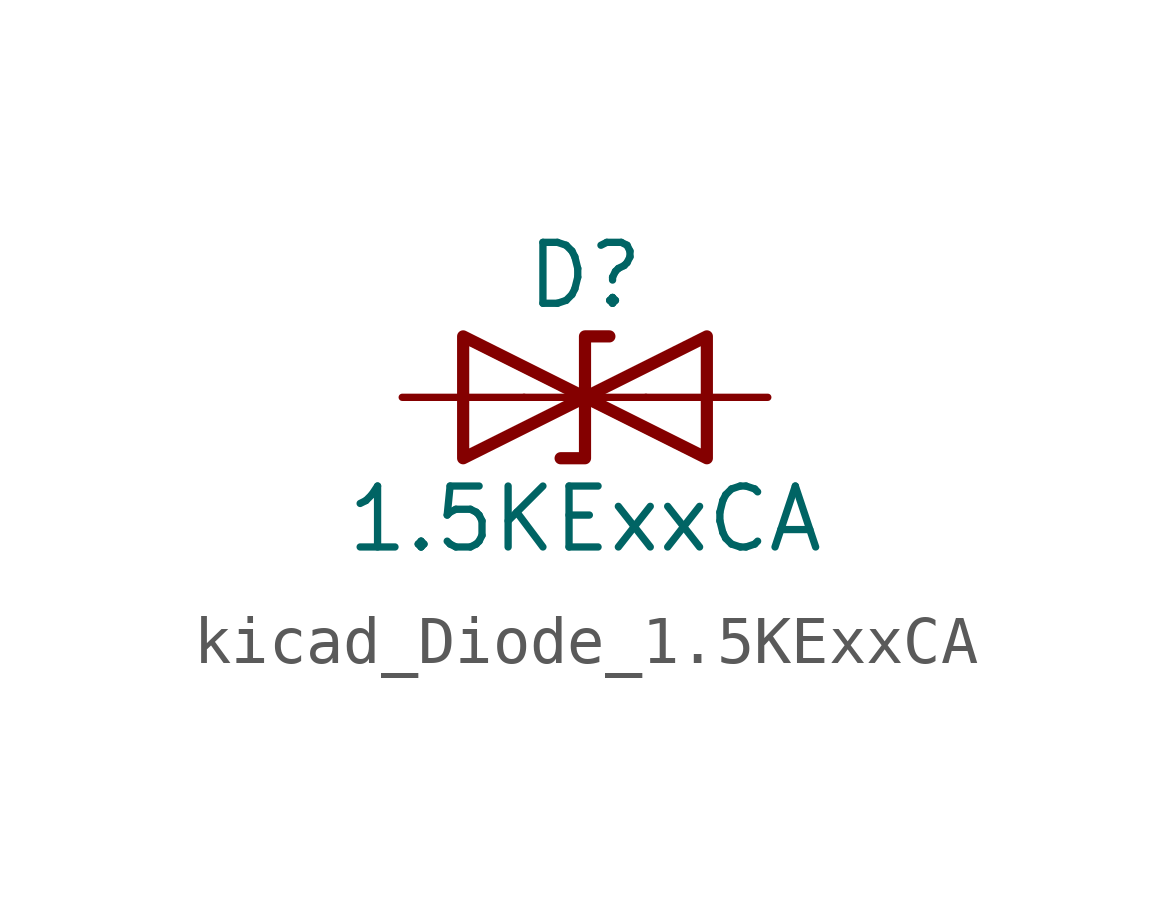
<source format=kicad_sym>
(kicad_symbol_lib
  (version 20220914)
  (generator kicad_symbol_editor)
  (symbol "kicad_Diode_1.5KExxCA"
    (pin_numbers hide)
    (pin_names
      (offset 1.016) hide)
    (property "Reference" "D"
      (at 0 2.54 0)
      (effects (font (size 1.27 1.27))))
    (property "Value" "1.5KExxCA"
      (at 0 -2.54 0)
      (effects (font (size 1.27 1.27))))
    (symbol "kicad_Diode_1.5KExxCA_0_1"
      (polyline (pts (xy 1.27 0) (xy -1.27 0)) (stroke (width 0) (type default)) (fill (type none)))
      (polyline (pts (xy -2.54 -1.27) (xy 0 0) (xy -2.54 1.27) (xy -2.54 -1.27)) (stroke (width 0.254) (type default)) (fill (type none)))
      (polyline (pts (xy 0.508 1.27) (xy 0 1.27) (xy 0 -1.27) (xy -0.508 -1.27)) (stroke (width 0.254) (type default)) (fill (type none)))
      (polyline (pts (xy 2.54 1.27) (xy 2.54 -1.27) (xy 0 0) (xy 2.54 1.27)) (stroke (width 0.254) (type default)) (fill (type none))))
    (symbol "kicad_Diode_1.5KExxCA_1_1"
      (pin passive line (at -3.81 0 0) (length 2.54) (name "A1" (effects (font (size 1.27 1.27)))) (number "1" (effects (font (size 1.27 1.27)))))
      (pin passive line (at 3.81 0 180) (length 2.54) (name "A2" (effects (font (size 1.27 1.27)))) (number "2" (effects (font (size 1.27 1.27))))))))
</source>
